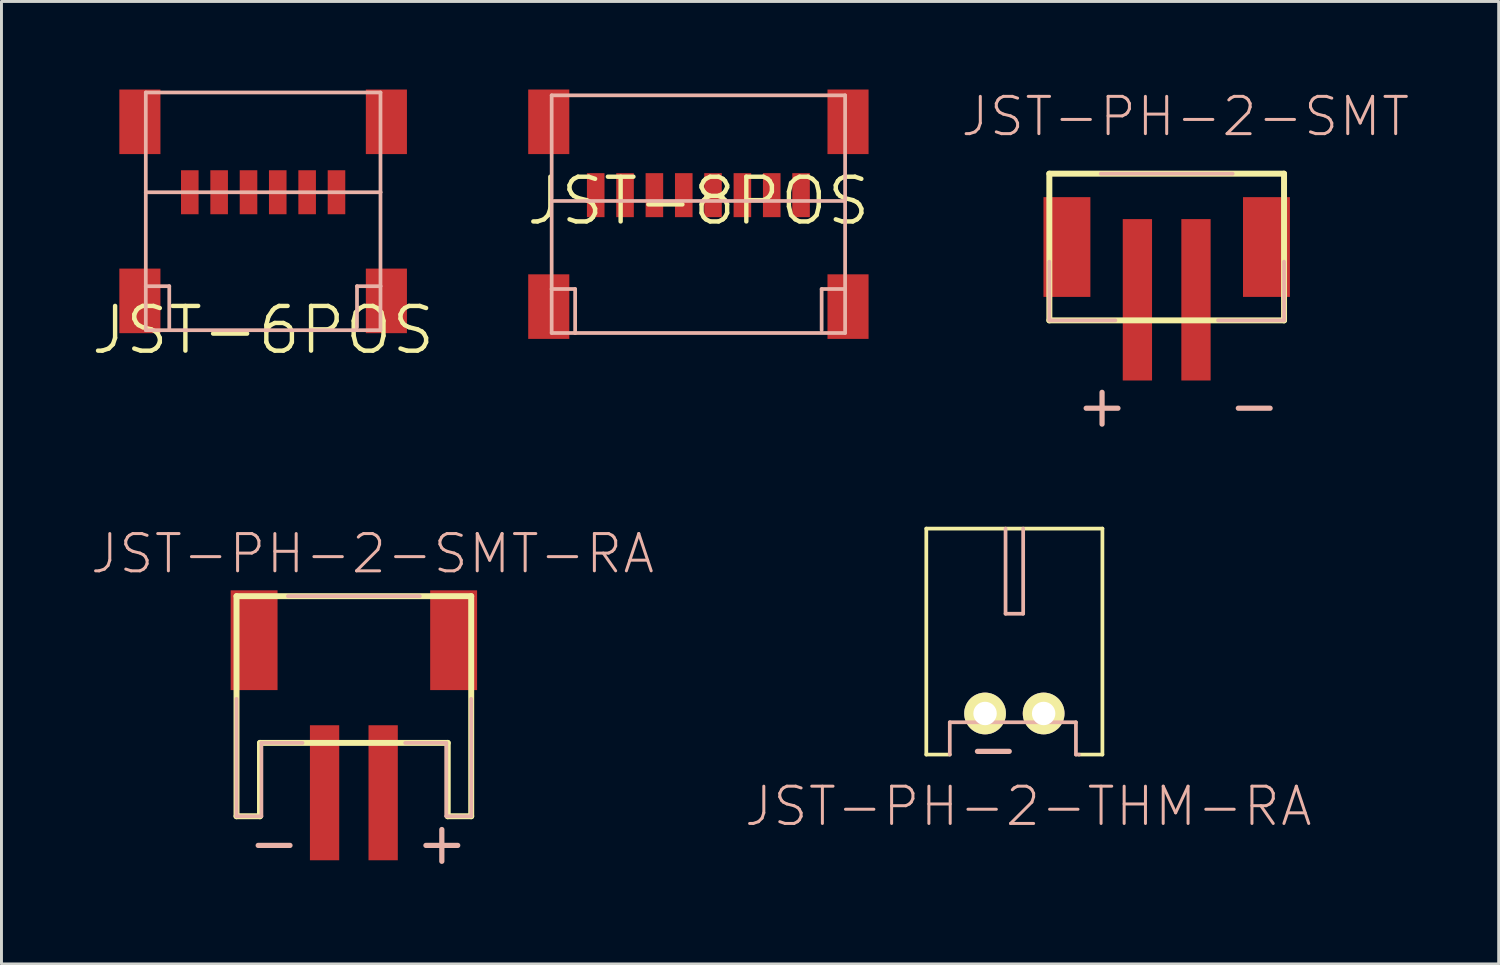
<source format=kicad_pcb>
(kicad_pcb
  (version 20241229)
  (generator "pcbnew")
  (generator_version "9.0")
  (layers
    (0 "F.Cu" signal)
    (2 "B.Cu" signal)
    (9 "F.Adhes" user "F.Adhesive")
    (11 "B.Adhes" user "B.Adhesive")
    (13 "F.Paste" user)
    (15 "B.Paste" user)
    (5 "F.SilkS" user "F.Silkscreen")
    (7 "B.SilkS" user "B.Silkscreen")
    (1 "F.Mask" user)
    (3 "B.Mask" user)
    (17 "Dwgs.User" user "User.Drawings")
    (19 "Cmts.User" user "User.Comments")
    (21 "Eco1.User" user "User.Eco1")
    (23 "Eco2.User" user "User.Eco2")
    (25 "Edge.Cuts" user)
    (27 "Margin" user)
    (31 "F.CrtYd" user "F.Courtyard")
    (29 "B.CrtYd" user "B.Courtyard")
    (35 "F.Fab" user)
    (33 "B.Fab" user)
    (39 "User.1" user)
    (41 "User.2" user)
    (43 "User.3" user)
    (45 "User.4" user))
  (footprint "JST-PH-2-THM-RA"
    (layer "F.Cu")
    (at 31.509 21.258)
    (property "Reference" "JST-PH-2-THM-RA" (at 0.475 3.165 0) (layer "B.SilkS") (effects (font (size 1.27 1.27) (thickness 0.102))))
    (attr exclude_from_pos_files exclude_from_bom)
    (fp_line (start -3 -6.299) (end 3 -6.299) (stroke (width 0.127) (type solid)) (layer "F.SilkS"))
    (fp_line (start -3 1.4) (end -3 -6.299) (stroke (width 0.127) (type solid)) (layer "F.SilkS"))
    (fp_line (start -2.2 1.4) (end -3 1.4) (stroke (width 0.127) (type solid)) (layer "F.SilkS"))
    (fp_line (start 3 -6.299) (end 3 1.4) (stroke (width 0.127) (type solid)) (layer "F.SilkS"))
    (fp_line (start 3 1.4) (end 2.2 1.4) (stroke (width 0.127) (type solid)) (layer "F.SilkS"))
    (fp_line (start -2.2 0.3) (end 2.098 0.3) (stroke (width 0.127) (type solid)) (layer "B.SilkS"))
    (fp_line (start -2.2 1.4) (end -2.2 0.3) (stroke (width 0.127) (type solid)) (layer "B.SilkS"))
    (fp_line (start -0.3 -6.299) (end -0.3 -3.399) (stroke (width 0.127) (type solid)) (layer "B.SilkS"))
    (fp_line (start -0.3 -3.399) (end 0.3 -3.399) (stroke (width 0.127) (type solid)) (layer "B.SilkS"))
    (fp_line (start 0.3 -3.399) (end 0.3 -6.299) (stroke (width 0.127) (type solid)) (layer "B.SilkS"))
    (fp_line (start 2.098 0.3) (end 2.098 1.4) (stroke (width 0.127) (type solid)) (layer "B.SilkS"))
    (fp_line (start 2.098 1.4) (end 2.2 1.4) (stroke (width 0.127) (type solid)) (layer "B.SilkS"))
    (fp_text user "-" (at -0.716 1.184 0) (layer "B.SilkS") (effects (font (size 1.422 1.422) (thickness 0.178))))
    (pad "1" thru_hole circle (at 0.998 0) (size 1.422 1.422) (drill 0.798) (layers "*.Cu" "F.Mask" "F.SilkS" "F.Paste"))
    (pad "2" thru_hole circle (at -0.998 0) (size 1.422 1.422) (drill 0.798) (layers "*.Cu" "F.Mask" "F.SilkS" "F.Paste")))
  (footprint "JST-PH-2-SMT"
    (layer "F.Cu")
    (at 36.699 5.366)
    (property "Reference" "JST-PH-2-SMT" (at 0.635 -4.445 0) (layer "B.SilkS") (effects (font (size 1.27 1.27) (thickness 0.102))))
    (attr smd)
    (fp_line (start -3.998 -2.499) (end 3.998 -2.499) (stroke (width 0.203) (type solid)) (layer "F.SilkS"))
    (fp_line (start -3.998 2.499) (end -3.998 -2.499) (stroke (width 0.203) (type solid)) (layer "F.SilkS"))
    (fp_line (start 3.998 -2.499) (end 3.998 2.499) (stroke (width 0.203) (type solid)) (layer "F.SilkS"))
    (fp_line (start 3.998 2.499) (end -3.998 2.499) (stroke (width 0.203) (type solid)) (layer "F.SilkS"))
    (fp_line (start -3.998 2.499) (end -3.998 0.498) (stroke (width 0.127) (type solid)) (layer "B.SilkS"))
    (fp_line (start -2.248 -2.499) (end 2.248 -2.499) (stroke (width 0.127) (type solid)) (layer "B.SilkS"))
    (fp_line (start -1.748 2.499) (end -3.998 2.499) (stroke (width 0.127) (type solid)) (layer "B.SilkS"))
    (fp_line (start 3.998 0.498) (end 3.998 2.499) (stroke (width 0.127) (type solid)) (layer "B.SilkS"))
    (fp_line (start 3.998 2.499) (end 1.748 2.499) (stroke (width 0.127) (type solid)) (layer "B.SilkS"))
    (fp_text user "-" (at 2.982 5.385 0) (layer "B.SilkS") (effects (font (size 1.422 1.422) (thickness 0.178))))
    (fp_text user "+" (at -2.202 5.385 0) (layer "B.SilkS") (effects (font (size 1.422 1.422) (thickness 0.178))))
    (pad "1" smd rect (at -0.998 1.798) (size 0.998 5.499) (layers "F.Cu" "F.Mask" "F.Paste"))
    (pad "2" smd rect (at 0.998 1.798) (size 0.998 5.499) (layers "F.Cu" "F.Mask" "F.Paste"))
    (pad "NC1" smd rect (at -3.399 0 90) (size 3.399 1.598) (layers "F.Cu" "F.Mask" "F.Paste"))
    (pad "NC2" smd rect (at 3.399 0 90) (size 3.399 1.598) (layers "F.Cu" "F.Mask" "F.Paste")))
  (footprint "JST-PH-2-SMT-RA"
    (layer "F.Cu")
    (at 9.006 20.261)
    (property "Reference" "JST-PH-2-SMT-RA" (at 0.635 -4.445 0) (layer "B.SilkS") (effects (font (size 1.27 1.27) (thickness 0.102))))
    (attr smd)
    (fp_line (start -3.998 -3) (end 3.998 -3) (stroke (width 0.203) (type solid)) (layer "F.SilkS"))
    (fp_line (start -3.998 4.498) (end -3.998 -3) (stroke (width 0.203) (type solid)) (layer "F.SilkS"))
    (fp_line (start -3.198 1.999) (end -3.198 4.498) (stroke (width 0.203) (type solid)) (layer "F.SilkS"))
    (fp_line (start -3.198 4.498) (end -3.998 4.498) (stroke (width 0.203) (type solid)) (layer "F.SilkS"))
    (fp_line (start 3.198 1.999) (end -3.198 1.999) (stroke (width 0.203) (type solid)) (layer "F.SilkS"))
    (fp_line (start 3.198 4.498) (end 3.198 1.999) (stroke (width 0.203) (type solid)) (layer "F.SilkS"))
    (fp_line (start 3.998 -3) (end 3.998 4.498) (stroke (width 0.203) (type solid)) (layer "F.SilkS"))
    (fp_line (start 3.998 4.498) (end 3.198 4.498) (stroke (width 0.203) (type solid)) (layer "F.SilkS"))
    (fp_line (start -3.998 4.498) (end -3.998 0.498) (stroke (width 0.127) (type solid)) (layer "B.SilkS"))
    (fp_line (start -3.15 1.999) (end -3.15 4.498) (stroke (width 0.127) (type solid)) (layer "B.SilkS"))
    (fp_line (start -3.15 4.498) (end -3.998 4.498) (stroke (width 0.127) (type solid)) (layer "B.SilkS"))
    (fp_line (start -2.248 -3) (end 2.248 -3) (stroke (width 0.127) (type solid)) (layer "B.SilkS"))
    (fp_line (start -1.748 1.999) (end -3.15 1.999) (stroke (width 0.127) (type solid)) (layer "B.SilkS"))
    (fp_line (start 3.15 1.999) (end 1.748 1.999) (stroke (width 0.127) (type solid)) (layer "B.SilkS"))
    (fp_line (start 3.15 4.498) (end 3.15 1.999) (stroke (width 0.127) (type solid)) (layer "B.SilkS"))
    (fp_line (start 3.998 0.498) (end 3.998 4.498) (stroke (width 0.127) (type solid)) (layer "B.SilkS"))
    (fp_line (start 3.998 4.498) (end 3.15 4.498) (stroke (width 0.127) (type solid)) (layer "B.SilkS"))
    (fp_text user "-" (at -2.718 5.385 0) (layer "B.SilkS") (effects (font (size 1.422 1.422) (thickness 0.178))))
    (fp_text user "+" (at 2.997 5.385 0) (layer "B.SilkS") (effects (font (size 1.422 1.422) (thickness 0.178))))
    (pad "1" smd rect (at 0.998 3.698) (size 0.998 4.6) (layers "F.Cu" "F.Mask" "F.Paste"))
    (pad "2" smd rect (at -0.998 3.698) (size 0.998 4.6) (layers "F.Cu" "F.Mask" "F.Paste"))
    (pad "NC1" smd rect (at -3.399 -1.499 90) (size 3.399 1.598) (layers "F.Cu" "F.Mask" "F.Paste"))
    (pad "NC2" smd rect (at 3.399 -1.499 90) (size 3.399 1.598) (layers "F.Cu" "F.Mask" "F.Paste")))
  (footprint "JST-6POS"
    (layer "F.Cu")
    (at 5.915 8.199)
    (property "Reference" "JST-6POS" (at 0 0 0) (layer "F.SilkS") (effects (font (size 1.524 1.524) (thickness 0.15))))
    (attr smd)
    (fp_line (start -3.998 -8.098) (end 3.998 -8.098) (stroke (width 0.127) (type solid)) (layer "B.SilkS"))
    (fp_line (start -3.998 -4.699) (end -3.998 -8.098) (stroke (width 0.127) (type solid)) (layer "B.SilkS"))
    (fp_line (start -3.998 -4.699) (end 3.998 -4.699) (stroke (width 0.127) (type solid)) (layer "B.SilkS"))
    (fp_line (start -3.998 -1.499) (end -3.998 -4.699) (stroke (width 0.127) (type solid)) (layer "B.SilkS"))
    (fp_line (start -3.998 0) (end -3.998 -1.499) (stroke (width 0.127) (type solid)) (layer "B.SilkS"))
    (fp_line (start -3.198 -1.499) (end -3.998 -1.499) (stroke (width 0.127) (type solid)) (layer "B.SilkS"))
    (fp_line (start -3.198 0) (end -3.998 0) (stroke (width 0.127) (type solid)) (layer "B.SilkS"))
    (fp_line (start -3.198 0) (end -3.198 -1.499) (stroke (width 0.127) (type solid)) (layer "B.SilkS"))
    (fp_line (start 3.198 -1.499) (end 3.998 -1.499) (stroke (width 0.127) (type solid)) (layer "B.SilkS"))
    (fp_line (start 3.198 -0.099) (end 3.198 -1.499) (stroke (width 0.127) (type solid)) (layer "B.SilkS"))
    (fp_line (start 3.998 -8.098) (end 3.998 -4.699) (stroke (width 0.127) (type solid)) (layer "B.SilkS"))
    (fp_line (start 3.998 -4.699) (end 3.998 -1.499) (stroke (width 0.127) (type solid)) (layer "B.SilkS"))
    (fp_line (start 3.998 -1.499) (end 3.998 0) (stroke (width 0.127) (type solid)) (layer "B.SilkS"))
    (fp_line (start 3.998 0) (end -3.198 0) (stroke (width 0.127) (type solid)) (layer "B.SilkS"))
    (pad "1" smd rect (at -2.499 -4.699) (size 0.599 1.499) (layers "F.Cu" "F.Mask" "F.Paste"))
    (pad "2" smd rect (at -1.499 -4.699) (size 0.599 1.499) (layers "F.Cu" "F.Mask" "F.Paste"))
    (pad "3" smd rect (at -0.498 -4.699) (size 0.599 1.499) (layers "F.Cu" "F.Mask" "F.Paste"))
    (pad "4" smd rect (at 0.498 -4.699) (size 0.599 1.499) (layers "F.Cu" "F.Mask" "F.Paste"))
    (pad "5" smd rect (at 1.499 -4.699) (size 0.599 1.499) (layers "F.Cu" "F.Mask" "F.Paste"))
    (pad "6" smd rect (at 2.499 -4.699) (size 0.599 1.499) (layers "F.Cu" "F.Mask" "F.Paste"))
    (pad "MT1" smd rect (at -4.199 -0.998) (size 1.4 2.2) (layers "F.Cu" "F.Mask" "F.Paste"))
    (pad "MT2" smd rect (at 4.199 -0.998) (size 1.4 2.2) (layers "F.Cu" "F.Mask" "F.Paste"))
    (pad "MT3" smd rect (at -4.199 -7.099) (size 1.4 2.2) (layers "F.Cu" "F.Mask" "F.Paste"))
    (pad "MT4" smd rect (at 4.199 -7.099) (size 1.4 2.2) (layers "F.Cu" "F.Mask" "F.Paste")))
  (footprint "JST-8POS"
    (layer "F.Cu")
    (at 20.744 3.797)
    (property "Reference" "JST-8POS" (at 0 0 0) (layer "F.SilkS") (effects (font (size 1.524 1.524) (thickness 0.15))))
    (attr smd)
    (fp_line (start -4.999 -3.599) (end 4.999 -3.599) (stroke (width 0.127) (type solid)) (layer "B.SilkS"))
    (fp_line (start -4.999 -0.099) (end -4.999 -3.599) (stroke (width 0.127) (type solid)) (layer "B.SilkS"))
    (fp_line (start -4.999 0) (end 4.999 0) (stroke (width 0.127) (type solid)) (layer "B.SilkS"))
    (fp_line (start -4.999 3) (end -4.999 0) (stroke (width 0.127) (type solid)) (layer "B.SilkS"))
    (fp_line (start -4.999 4.498) (end -4.999 3) (stroke (width 0.127) (type solid)) (layer "B.SilkS"))
    (fp_line (start -4.199 3) (end -4.999 3) (stroke (width 0.127) (type solid)) (layer "B.SilkS"))
    (fp_line (start -4.199 4.498) (end -4.999 4.498) (stroke (width 0.127) (type solid)) (layer "B.SilkS"))
    (fp_line (start -4.199 4.498) (end -4.199 3) (stroke (width 0.127) (type solid)) (layer "B.SilkS"))
    (fp_line (start 4.199 3) (end 4.999 3) (stroke (width 0.127) (type solid)) (layer "B.SilkS"))
    (fp_line (start 4.199 4.399) (end 4.199 3) (stroke (width 0.127) (type solid)) (layer "B.SilkS"))
    (fp_line (start 4.999 -3.599) (end 4.999 0) (stroke (width 0.127) (type solid)) (layer "B.SilkS"))
    (fp_line (start 4.999 0) (end 4.999 3) (stroke (width 0.127) (type solid)) (layer "B.SilkS"))
    (fp_line (start 4.999 3) (end 4.999 4.498) (stroke (width 0.127) (type solid)) (layer "B.SilkS"))
    (fp_line (start 4.999 4.498) (end -4.199 4.498) (stroke (width 0.127) (type solid)) (layer "B.SilkS"))
    (pad "1" smd rect (at -3.498 -0.198) (size 0.599 1.499) (layers "F.Cu" "F.Mask" "F.Paste"))
    (pad "2" smd rect (at -2.499 -0.198) (size 0.599 1.499) (layers "F.Cu" "F.Mask" "F.Paste"))
    (pad "3" smd rect (at -1.499 -0.198) (size 0.599 1.499) (layers "F.Cu" "F.Mask" "F.Paste"))
    (pad "4" smd rect (at -0.498 -0.198) (size 0.599 1.499) (layers "F.Cu" "F.Mask" "F.Paste"))
    (pad "5" smd rect (at 0.498 -0.198) (size 0.599 1.499) (layers "F.Cu" "F.Mask" "F.Paste"))
    (pad "6" smd rect (at 1.499 -0.198) (size 0.599 1.499) (layers "F.Cu" "F.Mask" "F.Paste"))
    (pad "7" smd rect (at 2.499 -0.198) (size 0.599 1.499) (layers "F.Cu" "F.Mask" "F.Paste"))
    (pad "8" smd rect (at 3.498 -0.198) (size 0.599 1.499) (layers "F.Cu" "F.Mask" "F.Paste"))
    (pad "MT1" smd rect (at -5.098 3.599) (size 1.4 2.2) (layers "F.Cu" "F.Mask" "F.Paste"))
    (pad "MT2" smd rect (at 5.098 3.599) (size 1.4 2.2) (layers "F.Cu" "F.Mask" "F.Paste"))
    (pad "MT3" smd rect (at -5.098 -2.697) (size 1.4 2.2) (layers "F.Cu" "F.Mask" "F.Paste"))
    (pad "MT4" smd rect (at 5.098 -2.697) (size 1.4 2.2) (layers "F.Cu" "F.Mask" "F.Paste")))
  (gr_rect
    (start -3 -3)
    (end 48.01 29.79)
    (stroke (width 0.1) (type default))
    (fill no)
    (layer "Edge.Cuts")))
</source>
